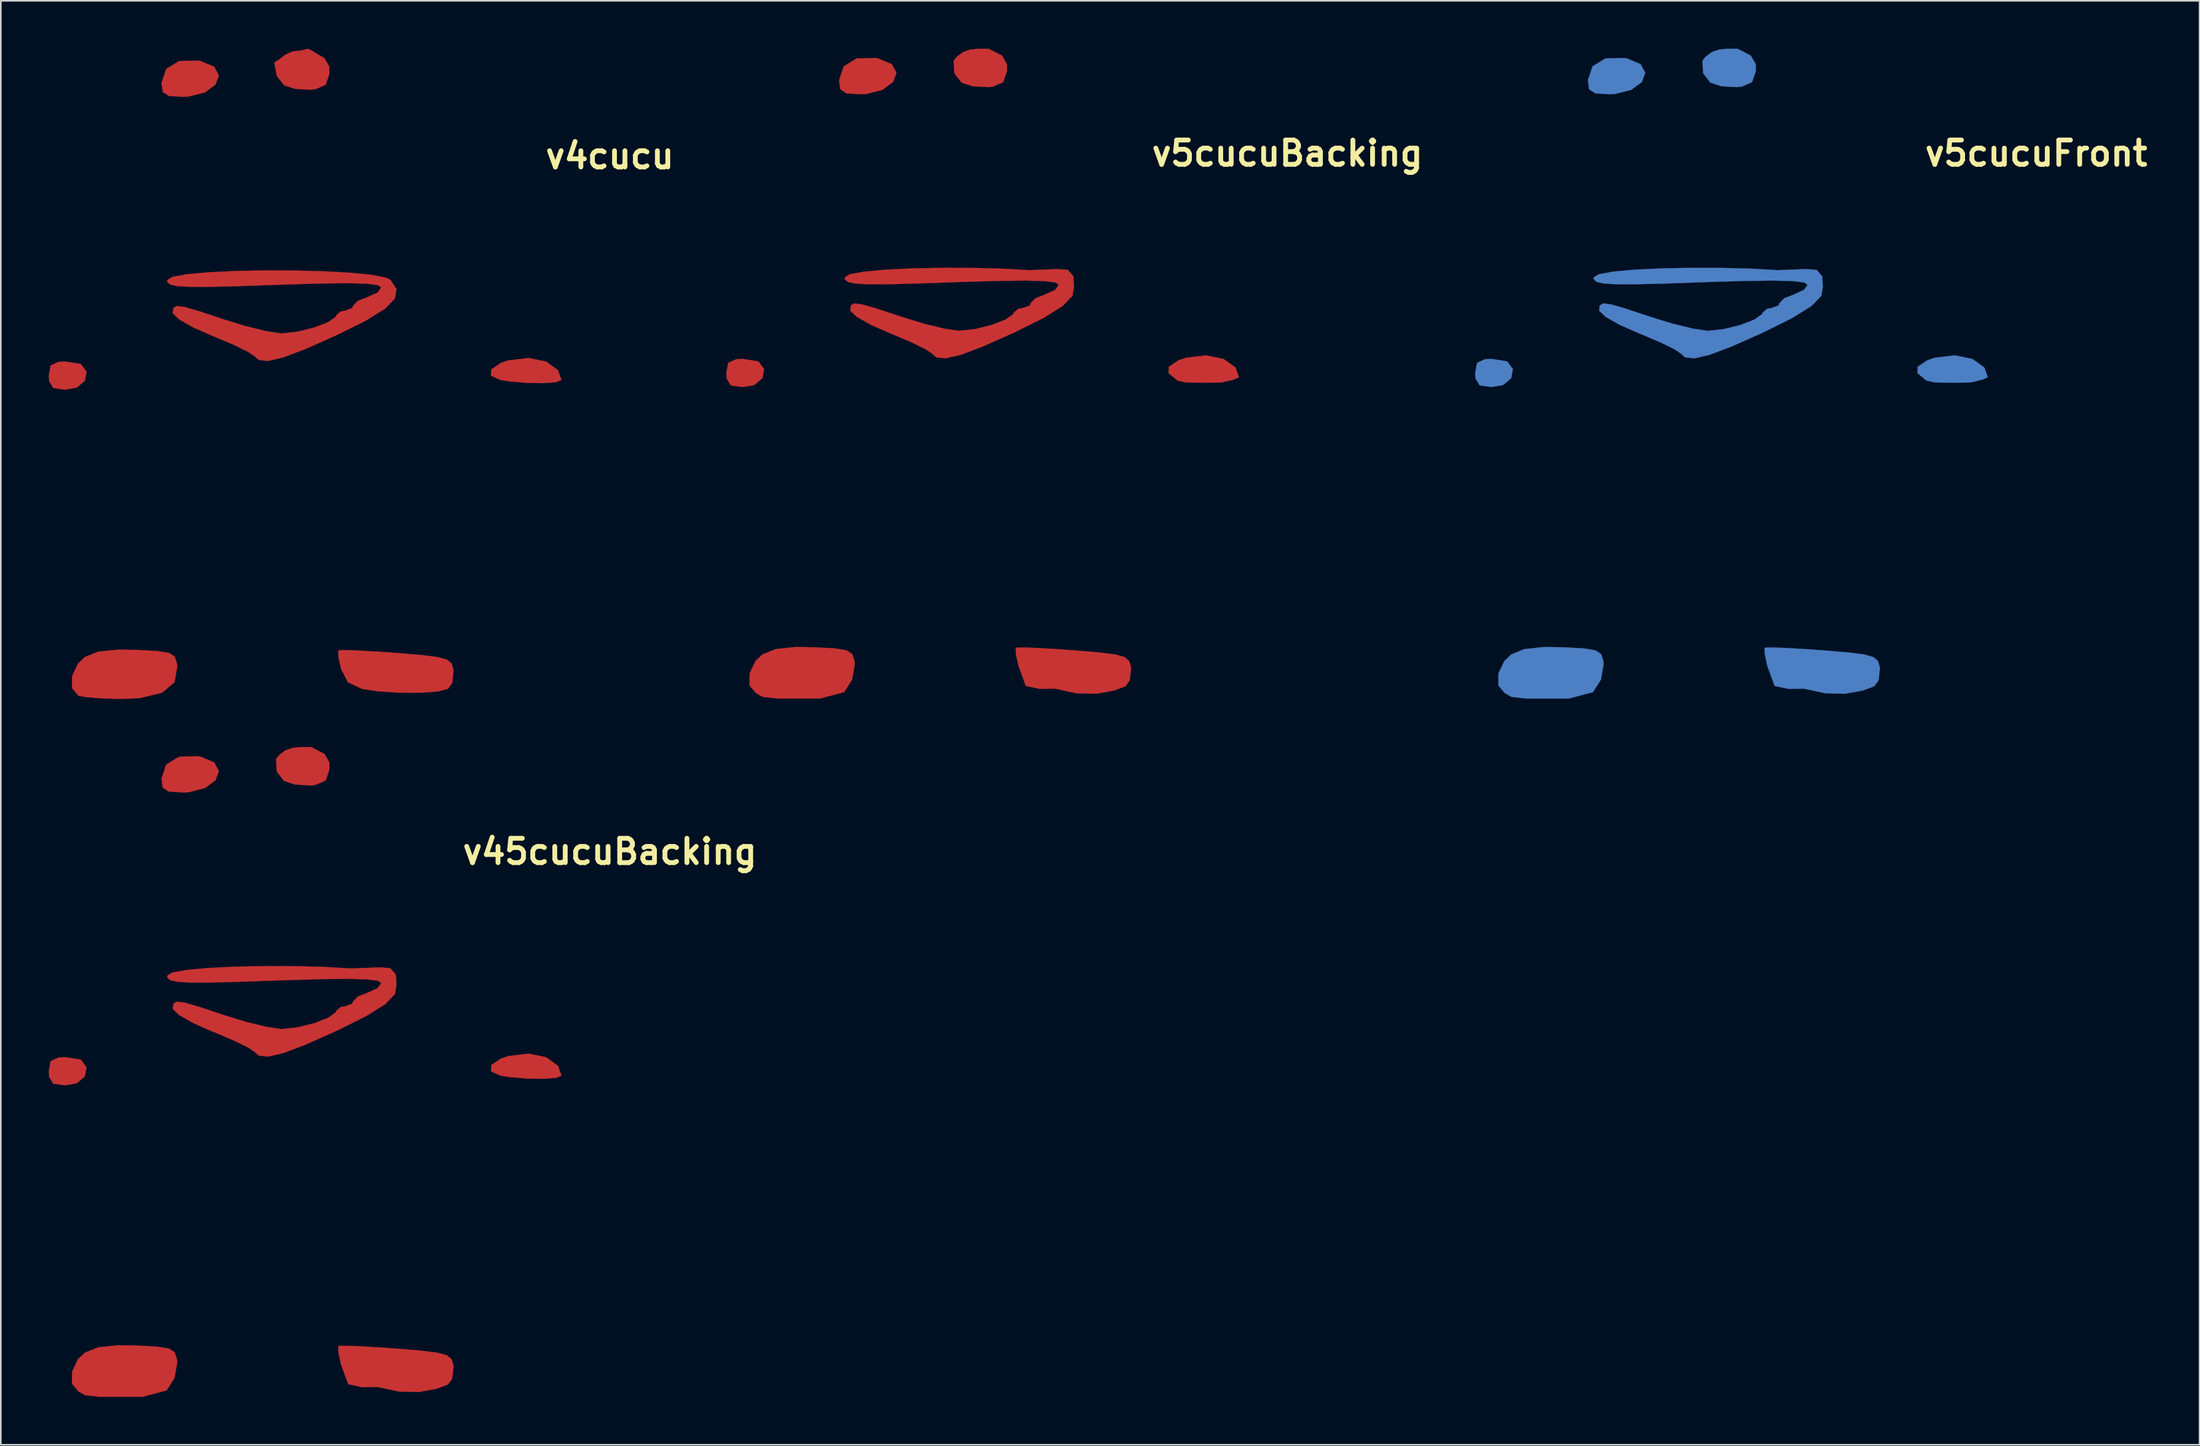
<source format=kicad_pcb>
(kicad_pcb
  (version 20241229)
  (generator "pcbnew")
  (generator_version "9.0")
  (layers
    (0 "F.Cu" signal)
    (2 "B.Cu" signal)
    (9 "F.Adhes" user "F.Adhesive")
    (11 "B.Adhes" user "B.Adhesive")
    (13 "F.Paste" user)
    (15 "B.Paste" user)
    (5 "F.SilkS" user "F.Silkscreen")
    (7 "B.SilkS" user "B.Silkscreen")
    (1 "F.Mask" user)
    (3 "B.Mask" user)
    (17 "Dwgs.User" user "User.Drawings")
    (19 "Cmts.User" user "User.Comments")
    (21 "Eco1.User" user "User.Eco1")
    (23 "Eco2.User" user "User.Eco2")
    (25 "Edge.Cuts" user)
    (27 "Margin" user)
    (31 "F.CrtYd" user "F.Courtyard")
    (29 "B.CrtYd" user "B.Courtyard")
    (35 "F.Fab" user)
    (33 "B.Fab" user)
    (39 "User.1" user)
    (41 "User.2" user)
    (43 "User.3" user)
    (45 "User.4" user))
  (footprint "v5cucuFront"
    (layer "F.Cu")
    (at 105.54 15.905)
    (property "Reference" "v5cucuFront" (at 18.9 -9.35 0) (layer "F.SilkS") (effects (font (size 1.524 1.524) (thickness 0.3))))
    (attr through_hole)
    (fp_poly (pts (xy -14.222 3.683) (xy -13.866 4.166) (xy -13.971 4.731) (xy -14.478 5.165) (xy -15.207 5.292) (xy -15.946 5.188) (xy -16.208 4.755) (xy -16.228 4.41) (xy -16.111 3.775) (xy -15.617 3.547) (xy -15.19 3.528) (xy -14.222 3.683)) (stroke (width 0.01) (type solid)) (fill yes) (layer "B.Cu"))
    (fp_poly (pts (xy -6.732 -15.299) (xy -5.868 -14.934) (xy -5.576 -14.396) (xy -5.791 -13.818) (xy -6.446 -13.331) (xy -7.479 -13.068) (xy -7.832 -13.053) (xy -8.712 -13.108) (xy -9.092 -13.359) (xy -9.172 -13.922) (xy -8.878 -14.802) (xy -8.076 -15.292) (xy -6.883 -15.326) (xy -6.732 -15.299)) (stroke (width 0.01) (type solid)) (fill yes) (layer "B.Cu"))
    (fp_poly (pts (xy 14.906 3.53) (xy 15.65 4.064) (xy 15.87 4.674) (xy 15.559 4.817) (xy 14.8 5) (xy 13.735 5.018) (xy 12.55 5) (xy 12.02 4.883) (xy 11.459 4.413) (xy 11.479 4.019) (xy 12.079 3.615) (xy 12.547 3.454) (xy 13.811 3.305) (xy 14.906 3.53)) (stroke (width 0.01) (type solid)) (fill yes) (layer "B.Cu"))
    (fp_poly (pts (xy -0.45 -15.9) (xy -0.1 -15.9) (xy 0.2 -15.9) (xy 1.033 -15.471) (xy 1.341 -14.932) (xy 1.339 -14.479) (xy 1.106 -13.807) (xy 0.474 -13.53) (xy 0.176 -13.496) (xy -0.804 -13.552) (xy -1.499 -13.778) (xy -1.952 -14.362) (xy -2 -15.15) (xy -1.8 -15.4) (xy -1.4 -15.7) (xy -0.95 -15.85)) (stroke (width 0.01) (type solid)) (fill yes) (layer "B.Cu"))
    (fp_poly (pts (xy -10.708 21.591) (xy -9.431 21.662) (xy -8.697 21.781) (xy -8.344 22.015) (xy -8.208 22.432) (xy -8.182 22.632) (xy -8.355 23.618) (xy -8.85 24.4) (xy -10.35 24.8) (xy -11.9 24.8) (xy -13.05 24.8) (xy -13.95 24.7) (xy -14.376 24.461) (xy -14.776 23.983) (xy -14.769 23.224) (xy -14.399 22.443) (xy -13.971 22.04) (xy -13.146 21.705) (xy -11.916 21.574) (xy -10.708 21.591)) (stroke (width 0.01) (type solid)) (fill yes) (layer "B.Cu"))
    (fp_poly (pts (xy 3.195 21.632) (xy 4.509 21.709) (xy 5.501 21.78) (xy 7.097 21.912) (xy 8.121 22.04) (xy 8.708 22.205) (xy 8.991 22.448) (xy 9.103 22.809) (xy 9.115 22.891) (xy 9.032 23.657) (xy 8.762 24.032) (xy 8.05 24.3) (xy 6.928 24.502) (xy 5.685 24.472) (xy 4.343 24.182) (xy 3.4 24.2) (xy 2.523 24.015) (xy 2.065 22.772) (xy 1.902 22.009) (xy 1.896 21.623) (xy 1.897 21.622) (xy 2.272 21.601) (xy 3.195 21.632)) (stroke (width 0.01) (type solid)) (fill yes) (layer "B.Cu"))
    (fp_poly (pts (xy -0.782 -2.173) (xy 1.068 -2.124) (xy 2.72 -2.031) (xy 4.5 -2.1) (xy 5.15 -2.05) (xy 5.5 -1.65) (xy 5.541 -1.008) (xy 5.444 -0.423) (xy 4.825 0.216) (xy 3.633 0.961) (xy 1.819 1.863) (xy 1.753 1.894) (xy -0.17 2.75) (xy -1.563 3.276) (xy -2.509 3.494) (xy -3.091 3.425) (xy -3.333 3.205) (xy -3.738 2.928) (xy -4.625 2.494) (xy -5.813 1.988) (xy -5.999 1.915) (xy -7.185 1.391) (xy -8.059 0.893) (xy -8.458 0.517) (xy -8.467 0.473) (xy -8.426 0.176) (xy -8.22 0.05) (xy -7.726 0.11) (xy -6.821 0.372) (xy -5.379 0.852) (xy -5.292 0.882) (xy -3.888 1.313) (xy -2.606 1.627) (xy -1.701 1.763) (xy -1.639 1.764) (xy -0.669 1.661) (xy 0.371 1.403) (xy 1.247 1.067) (xy 1.73 0.729) (xy 1.764 0.635) (xy 2.051 0.384) (xy 2.293 0.353) (xy 2.763 0.183) (xy 2.822 0.038) (xy 3.121 -0.272) (xy 3.704 -0.498) (xy 4.365 -0.799) (xy 4.586 -1.119) (xy 4.372 -1.261) (xy 3.692 -1.347) (xy 2.489 -1.379) (xy 0.705 -1.358) (xy -1.718 -1.286) (xy -2.117 -1.271) (xy -4.465 -1.19) (xy -6.198 -1.148) (xy -7.408 -1.149) (xy -8.184 -1.196) (xy -8.616 -1.294) (xy -8.796 -1.447) (xy -8.819 -1.571) (xy -8.489 -1.777) (xy -7.583 -1.941) (xy -6.23 -2.063) (xy -4.56 -2.142) (xy -2.701 -2.179) (xy -0.782 -2.173)) (stroke (width 0.01) (type solid)) (fill yes) (layer "B.Cu")))
  (footprint "v45cucuBacking"
    (layer "F.Cu")
    (at 16.233 59.646)
    (property "Reference" "v45cucuBacking" (at 18.9 -9.35 0) (layer "F.SilkS") (effects (font (size 1.524 1.524) (thickness 0.3))))
    (attr through_hole)
    (fp_poly (pts (xy -14.222 3.683) (xy -13.866 4.166) (xy -13.971 4.731) (xy -14.478 5.165) (xy -15.207 5.292) (xy -15.946 5.188) (xy -16.208 4.755) (xy -16.228 4.41) (xy -16.111 3.775) (xy -15.617 3.547) (xy -15.19 3.528) (xy -14.222 3.683)) (stroke (width 0.01) (type solid)) (fill yes) (layer "F.Cu"))
    (fp_poly (pts (xy -6.732 -15.299) (xy -5.868 -14.934) (xy -5.576 -14.396) (xy -5.791 -13.818) (xy -6.446 -13.331) (xy -7.479 -13.068) (xy -7.832 -13.053) (xy -8.712 -13.108) (xy -9.092 -13.359) (xy -9.172 -13.922) (xy -8.878 -14.802) (xy -8.076 -15.292) (xy -6.883 -15.326) (xy -6.732 -15.299)) (stroke (width 0.01) (type solid)) (fill yes) (layer "F.Cu"))
    (fp_poly (pts (xy 14.906 3.53) (xy 15.65 4.064) (xy 15.87 4.674) (xy 15.559 4.817) (xy 14.765 4.882) (xy 13.705 4.867) (xy 12.598 4.771) (xy 12.062 4.687) (xy 11.459 4.413) (xy 11.479 4.019) (xy 12.079 3.615) (xy 12.547 3.454) (xy 13.811 3.305) (xy 14.906 3.53)) (stroke (width 0.01) (type solid)) (fill yes) (layer "F.Cu"))
    (fp_poly (pts (xy -0.45 -15.9) (xy -0.1 -15.9) (xy 0.2 -15.9) (xy 1.033 -15.471) (xy 1.341 -14.932) (xy 1.339 -14.479) (xy 1.106 -13.807) (xy 0.474 -13.53) (xy 0.176 -13.496) (xy -0.804 -13.552) (xy -1.499 -13.778) (xy -1.952 -14.362) (xy -2 -15.15) (xy -1.8 -15.4) (xy -1.4 -15.7) (xy -0.95 -15.85)) (stroke (width 0.01) (type solid)) (fill yes) (layer "F.Cu"))
    (fp_poly (pts (xy -10.708 21.591) (xy -9.431 21.662) (xy -8.697 21.781) (xy -8.344 22.015) (xy -8.208 22.432) (xy -8.182 22.632) (xy -8.355 23.618) (xy -8.85 24.4) (xy -10.35 24.8) (xy -11.9 24.8) (xy -13.05 24.8) (xy -13.95 24.7) (xy -14.376 24.461) (xy -14.776 23.983) (xy -14.769 23.224) (xy -14.399 22.443) (xy -13.971 22.04) (xy -13.146 21.705) (xy -11.916 21.574) (xy -10.708 21.591)) (stroke (width 0.01) (type solid)) (fill yes) (layer "F.Cu"))
    (fp_poly (pts (xy 3.195 21.632) (xy 4.509 21.709) (xy 5.501 21.78) (xy 7.097 21.912) (xy 8.121 22.04) (xy 8.708 22.205) (xy 8.991 22.448) (xy 9.103 22.809) (xy 9.115 22.891) (xy 9.032 23.657) (xy 8.762 24.032) (xy 8.05 24.3) (xy 6.928 24.502) (xy 5.685 24.472) (xy 4.343 24.182) (xy 3.4 24.2) (xy 2.523 24.015) (xy 2.065 22.772) (xy 1.902 22.009) (xy 1.896 21.623) (xy 1.897 21.622) (xy 2.272 21.601) (xy 3.195 21.632)) (stroke (width 0.01) (type solid)) (fill yes) (layer "F.Cu"))
    (fp_poly (pts (xy -0.782 -2.173) (xy 1.068 -2.124) (xy 2.72 -2.031) (xy 4.5 -2.1) (xy 5.15 -2.05) (xy 5.5 -1.65) (xy 5.541 -1.008) (xy 5.444 -0.423) (xy 4.825 0.216) (xy 3.633 0.961) (xy 1.819 1.863) (xy 1.753 1.894) (xy -0.17 2.75) (xy -1.563 3.276) (xy -2.509 3.494) (xy -3.091 3.425) (xy -3.333 3.205) (xy -3.738 2.928) (xy -4.625 2.494) (xy -5.813 1.988) (xy -5.999 1.915) (xy -7.185 1.391) (xy -8.059 0.893) (xy -8.458 0.517) (xy -8.467 0.473) (xy -8.426 0.176) (xy -8.22 0.05) (xy -7.726 0.11) (xy -6.821 0.372) (xy -5.379 0.852) (xy -5.292 0.882) (xy -3.888 1.313) (xy -2.606 1.627) (xy -1.701 1.763) (xy -1.639 1.764) (xy -0.669 1.661) (xy 0.371 1.403) (xy 1.247 1.067) (xy 1.73 0.729) (xy 1.764 0.635) (xy 2.051 0.384) (xy 2.293 0.353) (xy 2.763 0.183) (xy 2.822 0.038) (xy 3.121 -0.272) (xy 3.704 -0.498) (xy 4.365 -0.799) (xy 4.586 -1.119) (xy 4.372 -1.261) (xy 3.692 -1.347) (xy 2.489 -1.379) (xy 0.705 -1.358) (xy -1.718 -1.286) (xy -2.117 -1.271) (xy -4.465 -1.19) (xy -6.198 -1.148) (xy -7.408 -1.149) (xy -8.184 -1.196) (xy -8.616 -1.294) (xy -8.796 -1.447) (xy -8.819 -1.571) (xy -8.489 -1.777) (xy -7.583 -1.941) (xy -6.23 -2.063) (xy -4.56 -2.142) (xy -2.701 -2.179) (xy -0.782 -2.173)) (stroke (width 0.01) (type solid)) (fill yes) (layer "F.Cu")))
  (footprint "v5cucuBacking"
    (layer "F.Cu")
    (at 58.655 15.905)
    (property "Reference" "v5cucuBacking" (at 18.9 -9.35 0) (layer "F.SilkS") (effects (font (size 1.524 1.524) (thickness 0.3))))
    (attr through_hole)
    (fp_poly (pts (xy -14.222 3.683) (xy -13.866 4.166) (xy -13.971 4.731) (xy -14.478 5.165) (xy -15.207 5.292) (xy -15.946 5.188) (xy -16.208 4.755) (xy -16.228 4.41) (xy -16.111 3.775) (xy -15.617 3.547) (xy -15.19 3.528) (xy -14.222 3.683)) (stroke (width 0.01) (type solid)) (fill yes) (layer "F.Cu"))
    (fp_poly (pts (xy -6.732 -15.299) (xy -5.868 -14.934) (xy -5.576 -14.396) (xy -5.791 -13.818) (xy -6.446 -13.331) (xy -7.479 -13.068) (xy -7.832 -13.053) (xy -8.712 -13.108) (xy -9.092 -13.359) (xy -9.172 -13.922) (xy -8.878 -14.802) (xy -8.076 -15.292) (xy -6.883 -15.326) (xy -6.732 -15.299)) (stroke (width 0.01) (type solid)) (fill yes) (layer "F.Cu"))
    (fp_poly (pts (xy 14.906 3.53) (xy 15.65 4.064) (xy 15.87 4.674) (xy 15.559 4.817) (xy 14.8 5) (xy 13.735 5.018) (xy 12.55 5) (xy 12.02 4.883) (xy 11.459 4.413) (xy 11.479 4.019) (xy 12.079 3.615) (xy 12.547 3.454) (xy 13.811 3.305) (xy 14.906 3.53)) (stroke (width 0.01) (type solid)) (fill yes) (layer "F.Cu"))
    (fp_poly (pts (xy -0.45 -15.9) (xy -0.1 -15.9) (xy 0.2 -15.9) (xy 1.033 -15.471) (xy 1.341 -14.932) (xy 1.339 -14.479) (xy 1.106 -13.807) (xy 0.474 -13.53) (xy 0.176 -13.496) (xy -0.804 -13.552) (xy -1.499 -13.778) (xy -1.952 -14.362) (xy -2 -15.15) (xy -1.8 -15.4) (xy -1.4 -15.7) (xy -0.95 -15.85)) (stroke (width 0.01) (type solid)) (fill yes) (layer "F.Cu"))
    (fp_poly (pts (xy -10.708 21.591) (xy -9.431 21.662) (xy -8.697 21.781) (xy -8.344 22.015) (xy -8.208 22.432) (xy -8.182 22.632) (xy -8.355 23.618) (xy -8.85 24.4) (xy -10.35 24.8) (xy -11.9 24.8) (xy -13.05 24.8) (xy -13.95 24.7) (xy -14.376 24.461) (xy -14.776 23.983) (xy -14.769 23.224) (xy -14.399 22.443) (xy -13.971 22.04) (xy -13.146 21.705) (xy -11.916 21.574) (xy -10.708 21.591)) (stroke (width 0.01) (type solid)) (fill yes) (layer "F.Cu"))
    (fp_poly (pts (xy 3.195 21.632) (xy 4.509 21.709) (xy 5.501 21.78) (xy 7.097 21.912) (xy 8.121 22.04) (xy 8.708 22.205) (xy 8.991 22.448) (xy 9.103 22.809) (xy 9.115 22.891) (xy 9.032 23.657) (xy 8.762 24.032) (xy 8.05 24.3) (xy 6.928 24.502) (xy 5.685 24.472) (xy 4.343 24.182) (xy 3.4 24.2) (xy 2.523 24.015) (xy 2.065 22.772) (xy 1.902 22.009) (xy 1.896 21.623) (xy 1.897 21.622) (xy 2.272 21.601) (xy 3.195 21.632)) (stroke (width 0.01) (type solid)) (fill yes) (layer "F.Cu"))
    (fp_poly (pts (xy -0.782 -2.173) (xy 1.068 -2.124) (xy 2.72 -2.031) (xy 4.5 -2.1) (xy 5.15 -2.05) (xy 5.5 -1.65) (xy 5.541 -1.008) (xy 5.444 -0.423) (xy 4.825 0.216) (xy 3.633 0.961) (xy 1.819 1.863) (xy 1.753 1.894) (xy -0.17 2.75) (xy -1.563 3.276) (xy -2.509 3.494) (xy -3.091 3.425) (xy -3.333 3.205) (xy -3.738 2.928) (xy -4.625 2.494) (xy -5.813 1.988) (xy -5.999 1.915) (xy -7.185 1.391) (xy -8.059 0.893) (xy -8.458 0.517) (xy -8.467 0.473) (xy -8.426 0.176) (xy -8.22 0.05) (xy -7.726 0.11) (xy -6.821 0.372) (xy -5.379 0.852) (xy -5.292 0.882) (xy -3.888 1.313) (xy -2.606 1.627) (xy -1.701 1.763) (xy -1.639 1.764) (xy -0.669 1.661) (xy 0.371 1.403) (xy 1.247 1.067) (xy 1.73 0.729) (xy 1.764 0.635) (xy 2.051 0.384) (xy 2.293 0.353) (xy 2.763 0.183) (xy 2.822 0.038) (xy 3.121 -0.272) (xy 3.704 -0.498) (xy 4.365 -0.799) (xy 4.586 -1.119) (xy 4.372 -1.261) (xy 3.692 -1.347) (xy 2.489 -1.379) (xy 0.705 -1.358) (xy -1.718 -1.286) (xy -2.117 -1.271) (xy -4.465 -1.19) (xy -6.198 -1.148) (xy -7.408 -1.149) (xy -8.184 -1.196) (xy -8.616 -1.294) (xy -8.796 -1.447) (xy -8.819 -1.571) (xy -8.489 -1.777) (xy -7.583 -1.941) (xy -6.23 -2.063) (xy -4.56 -2.142) (xy -2.701 -2.179) (xy -0.782 -2.173)) (stroke (width 0.01) (type solid)) (fill yes) (layer "F.Cu")))
  (footprint "v4cucu"
    (layer "F.Cu")
    (at 16.233 16.069)
    (property "Reference" "v4cucu" (at 18.9 -9.35 0) (layer "F.SilkS") (effects (font (size 1.524 1.524) (thickness 0.3))))
    (attr through_hole)
    (fp_poly (pts (xy -14.222 3.683) (xy -13.866 4.166) (xy -13.971 4.731) (xy -14.478 5.165) (xy -15.207 5.292) (xy -15.946 5.188) (xy -16.208 4.755) (xy -16.228 4.41) (xy -16.111 3.775) (xy -15.617 3.547) (xy -15.19 3.528) (xy -14.222 3.683)) (stroke (width 0.01) (type solid)) (fill yes) (layer "F.Cu"))
    (fp_poly (pts (xy -6.732 -15.299) (xy -5.868 -14.934) (xy -5.576 -14.396) (xy -5.791 -13.818) (xy -6.446 -13.331) (xy -7.479 -13.068) (xy -7.832 -13.053) (xy -8.712 -13.108) (xy -9.092 -13.359) (xy -9.172 -13.922) (xy -8.878 -14.802) (xy -8.076 -15.292) (xy -6.883 -15.326) (xy -6.732 -15.299)) (stroke (width 0.01) (type solid)) (fill yes) (layer "F.Cu"))
    (fp_poly (pts (xy 14.906 3.53) (xy 15.65 4.064) (xy 15.87 4.674) (xy 15.559 4.817) (xy 14.765 4.882) (xy 13.705 4.867) (xy 12.598 4.771) (xy 12.062 4.687) (xy 11.459 4.413) (xy 11.479 4.019) (xy 12.079 3.615) (xy 12.547 3.454) (xy 13.811 3.305) (xy 14.906 3.53)) (stroke (width 0.01) (type solid)) (fill yes) (layer "F.Cu"))
    (fp_poly (pts (xy -0.45 -15.95) (xy -0.012 -16.064) (xy 0.199 -15.97) (xy 1.033 -15.471) (xy 1.341 -14.932) (xy 1.339 -14.479) (xy 1.106 -13.807) (xy 0.474 -13.53) (xy 0.176 -13.496) (xy -0.804 -13.552) (xy -1.499 -13.778) (xy -1.952 -14.362) (xy -2.108 -15.195) (xy -1.8 -15.4) (xy -1.4 -15.7) (xy -0.95 -15.9)) (stroke (width 0.01) (type solid)) (fill yes) (layer "F.Cu"))
    (fp_poly (pts (xy -10.708 21.591) (xy -9.431 21.662) (xy -8.697 21.781) (xy -8.344 22.015) (xy -8.208 22.432) (xy -8.182 22.632) (xy -8.355 23.618) (xy -9.143 24.278) (xy -10.552 24.617) (xy -11.808 24.667) (xy -13.021 24.624) (xy -13.973 24.541) (xy -14.376 24.461) (xy -14.776 23.983) (xy -14.769 23.224) (xy -14.399 22.443) (xy -13.971 22.04) (xy -13.146 21.705) (xy -11.916 21.574) (xy -10.708 21.591)) (stroke (width 0.01) (type solid)) (fill yes) (layer "F.Cu"))
    (fp_poly (pts (xy 3.195 21.632) (xy 4.509 21.709) (xy 5.501 21.78) (xy 7.097 21.912) (xy 8.121 22.04) (xy 8.708 22.205) (xy 8.991 22.448) (xy 9.103 22.809) (xy 9.115 22.891) (xy 9.032 23.657) (xy 8.762 24.032) (xy 8.122 24.198) (xy 7.015 24.278) (xy 5.677 24.273) (xy 4.343 24.182) (xy 3.377 24.035) (xy 2.502 23.619) (xy 2.065 22.772) (xy 1.902 22.009) (xy 1.896 21.623) (xy 1.897 21.622) (xy 2.272 21.601) (xy 3.195 21.632)) (stroke (width 0.01) (type solid)) (fill yes) (layer "F.Cu"))
    (fp_poly (pts (xy -0.782 -2.173) (xy 1.068 -2.124) (xy 2.72 -2.031) (xy 4.046 -1.896) (xy 4.916 -1.716) (xy 5.165 -1.589) (xy 5.541 -1.008) (xy 5.444 -0.423) (xy 4.825 0.216) (xy 3.633 0.961) (xy 1.819 1.863) (xy 1.753 1.894) (xy -0.17 2.75) (xy -1.563 3.276) (xy -2.509 3.494) (xy -3.091 3.425) (xy -3.333 3.205) (xy -3.738 2.928) (xy -4.625 2.494) (xy -5.813 1.988) (xy -5.999 1.915) (xy -7.185 1.391) (xy -8.059 0.893) (xy -8.458 0.517) (xy -8.467 0.473) (xy -8.426 0.176) (xy -8.22 0.05) (xy -7.726 0.11) (xy -6.821 0.372) (xy -5.379 0.852) (xy -5.292 0.882) (xy -3.888 1.313) (xy -2.606 1.627) (xy -1.701 1.763) (xy -1.639 1.764) (xy -0.669 1.661) (xy 0.371 1.403) (xy 1.247 1.067) (xy 1.73 0.729) (xy 1.764 0.635) (xy 2.051 0.384) (xy 2.293 0.353) (xy 2.763 0.183) (xy 2.822 0.038) (xy 3.121 -0.272) (xy 3.704 -0.498) (xy 4.365 -0.799) (xy 4.586 -1.119) (xy 4.372 -1.261) (xy 3.692 -1.347) (xy 2.489 -1.379) (xy 0.705 -1.358) (xy -1.718 -1.286) (xy -2.117 -1.271) (xy -4.465 -1.19) (xy -6.198 -1.148) (xy -7.408 -1.149) (xy -8.184 -1.196) (xy -8.616 -1.294) (xy -8.796 -1.447) (xy -8.819 -1.571) (xy -8.489 -1.777) (xy -7.583 -1.941) (xy -6.23 -2.063) (xy -4.56 -2.142) (xy -2.701 -2.179) (xy -0.782 -2.173)) (stroke (width 0.01) (type solid)) (fill yes) (layer "F.Cu")))
  (gr_rect
    (start -3 -3)
    (end 134.668 87.451)
    (stroke (width 0.1) (type default))
    (fill no)
    (layer "Edge.Cuts")))
</source>
